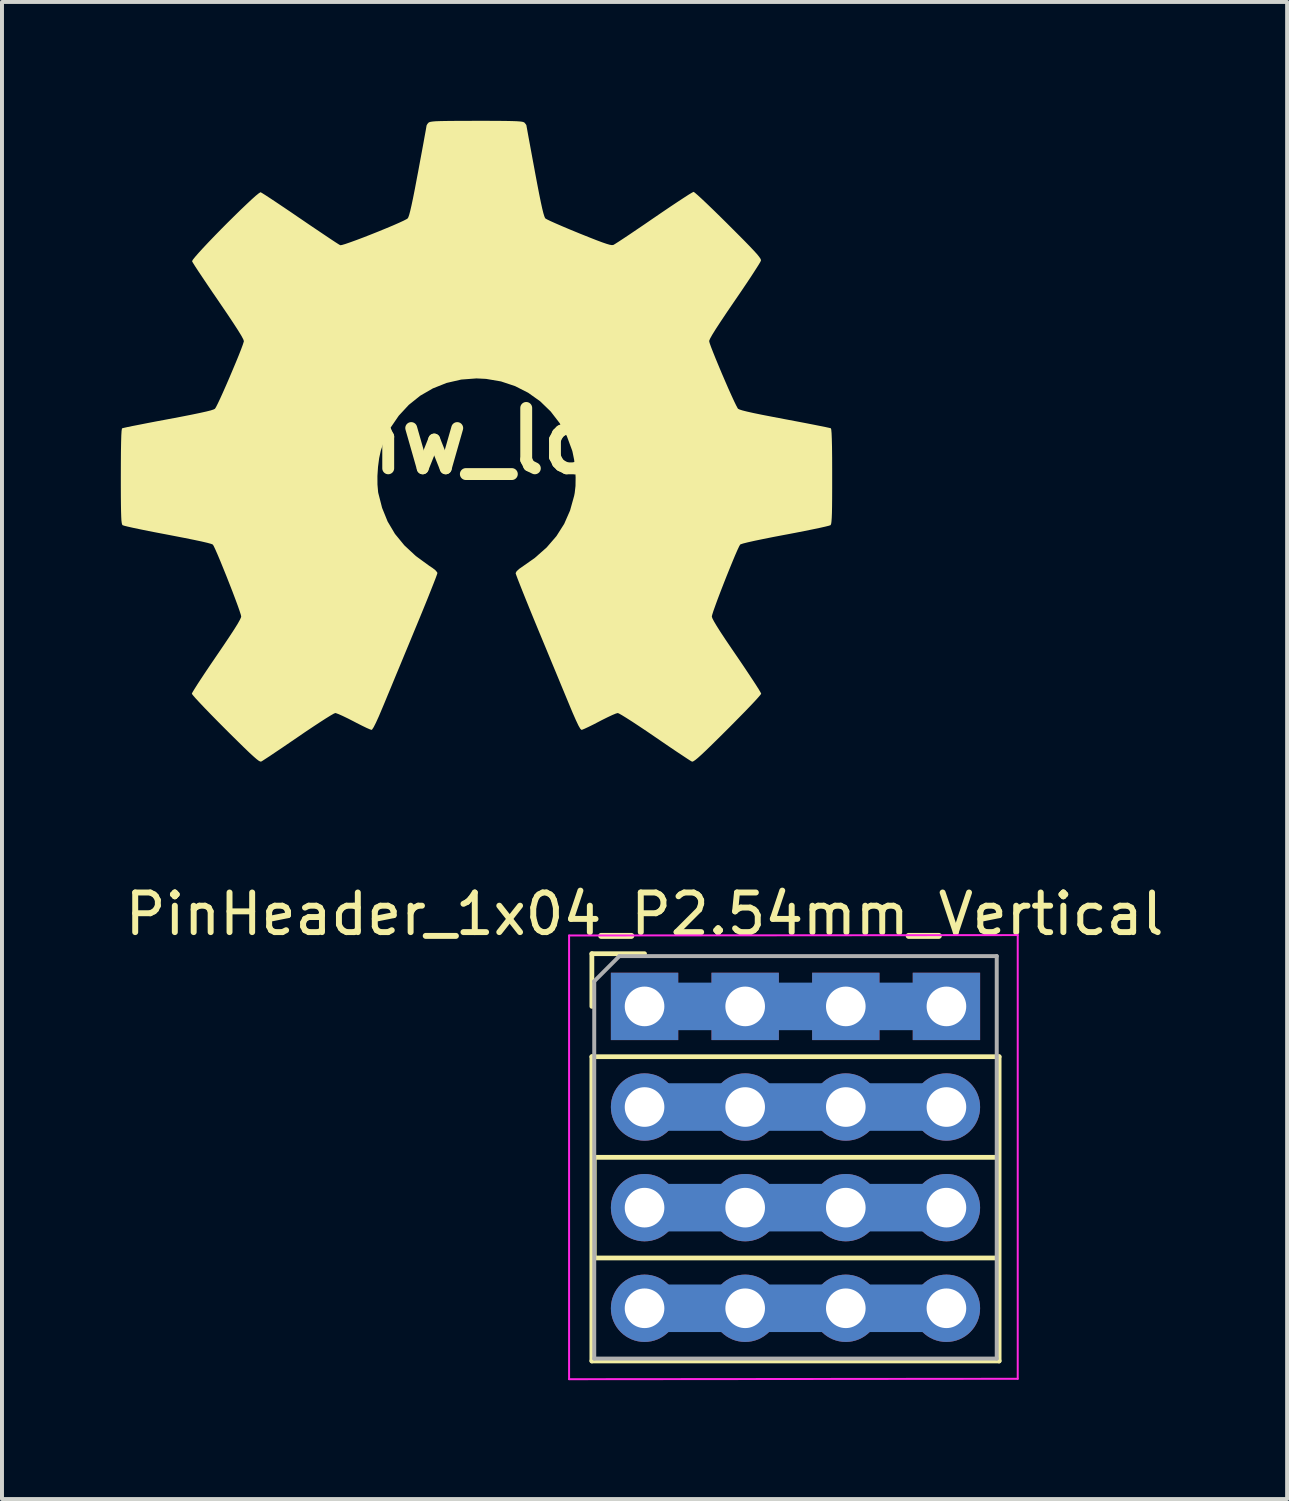
<source format=kicad_pcb>
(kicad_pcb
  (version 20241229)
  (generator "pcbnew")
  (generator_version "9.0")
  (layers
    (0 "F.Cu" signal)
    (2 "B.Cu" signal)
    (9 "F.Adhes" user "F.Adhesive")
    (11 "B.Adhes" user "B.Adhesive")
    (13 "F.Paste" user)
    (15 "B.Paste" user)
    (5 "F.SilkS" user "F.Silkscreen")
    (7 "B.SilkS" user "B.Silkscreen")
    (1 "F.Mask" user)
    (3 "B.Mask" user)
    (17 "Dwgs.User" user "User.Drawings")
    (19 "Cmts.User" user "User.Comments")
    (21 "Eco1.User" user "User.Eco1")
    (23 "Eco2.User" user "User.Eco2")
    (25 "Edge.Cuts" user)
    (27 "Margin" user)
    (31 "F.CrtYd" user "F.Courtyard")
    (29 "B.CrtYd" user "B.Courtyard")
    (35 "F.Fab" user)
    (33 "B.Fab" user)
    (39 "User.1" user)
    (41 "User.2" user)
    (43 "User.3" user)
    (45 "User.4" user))
  (footprint "oshw_logo"
    (layer "F.Cu")
    (at 8.963 8.082)
    (property "Reference" "oshw_logo" (at 0 0 0) (layer "F.SilkS") (effects (font (size 1.524 1.524) (thickness 0.3))))
    (attr board_only exclude_from_pos_files exclude_from_bom)
    (fp_poly (pts (xy 0.316 -8.082) (xy 0.562 -8.081) (xy 0.759 -8.079) (xy 0.912 -8.076) (xy 1.027 -8.072) (xy 1.111 -8.066) (xy 1.167 -8.059) (xy 1.203 -8.049) (xy 1.225 -8.037) (xy 1.228 -8.034) (xy 1.266 -7.987) (xy 1.276 -7.964) (xy 1.281 -7.93) (xy 1.297 -7.843) (xy 1.321 -7.71) (xy 1.353 -7.537) (xy 1.391 -7.331) (xy 1.434 -7.098) (xy 1.481 -6.846) (xy 1.488 -6.806) (xy 1.547 -6.492) (xy 1.597 -6.234) (xy 1.639 -6.028) (xy 1.674 -5.868) (xy 1.703 -5.751) (xy 1.727 -5.673) (xy 1.746 -5.628) (xy 1.754 -5.618) (xy 1.795 -5.594) (xy 1.885 -5.55) (xy 2.017 -5.491) (xy 2.181 -5.42) (xy 2.37 -5.34) (xy 2.577 -5.255) (xy 2.603 -5.244) (xy 2.845 -5.147) (xy 3.038 -5.071) (xy 3.187 -5.015) (xy 3.298 -4.977) (xy 3.377 -4.954) (xy 3.431 -4.945) (xy 3.465 -4.948) (xy 3.469 -4.949) (xy 3.509 -4.972) (xy 3.594 -5.026) (xy 3.716 -5.106) (xy 3.871 -5.209) (xy 4.051 -5.331) (xy 4.252 -5.467) (xy 4.467 -5.615) (xy 4.494 -5.633) (xy 4.709 -5.78) (xy 4.91 -5.916) (xy 5.09 -6.036) (xy 5.244 -6.137) (xy 5.366 -6.216) (xy 5.451 -6.267) (xy 5.493 -6.289) (xy 5.495 -6.289) (xy 5.526 -6.268) (xy 5.595 -6.209) (xy 5.697 -6.116) (xy 5.827 -5.993) (xy 5.98 -5.846) (xy 6.151 -5.679) (xy 6.335 -5.497) (xy 6.375 -5.457) (xy 6.591 -5.241) (xy 6.767 -5.064) (xy 6.907 -4.92) (xy 7.014 -4.807) (xy 7.093 -4.72) (xy 7.146 -4.655) (xy 7.179 -4.608) (xy 7.194 -4.575) (xy 7.195 -4.553) (xy 7.175 -4.512) (xy 7.124 -4.428) (xy 7.046 -4.306) (xy 6.946 -4.151) (xy 6.826 -3.971) (xy 6.691 -3.771) (xy 6.545 -3.557) (xy 6.533 -3.54) (xy 6.338 -3.254) (xy 6.179 -3.016) (xy 6.055 -2.826) (xy 5.965 -2.681) (xy 5.91 -2.582) (xy 5.888 -2.527) (xy 5.888 -2.522) (xy 5.9 -2.472) (xy 5.934 -2.376) (xy 5.986 -2.243) (xy 6.051 -2.081) (xy 6.126 -1.9) (xy 6.207 -1.707) (xy 6.29 -1.514) (xy 6.371 -1.327) (xy 6.448 -1.156) (xy 6.515 -1.01) (xy 6.569 -0.899) (xy 6.606 -0.83) (xy 6.617 -0.814) (xy 6.652 -0.796) (xy 6.727 -0.772) (xy 6.846 -0.742) (xy 7.011 -0.705) (xy 7.226 -0.661) (xy 7.495 -0.609) (xy 7.799 -0.551) (xy 8.054 -0.503) (xy 8.29 -0.458) (xy 8.501 -0.417) (xy 8.681 -0.381) (xy 8.821 -0.353) (xy 8.917 -0.332) (xy 8.96 -0.321) (xy 8.961 -0.32) (xy 8.97 -0.286) (xy 8.978 -0.197) (xy 8.984 -0.051) (xy 8.989 0.152) (xy 8.992 0.414) (xy 8.993 0.736) (xy 8.993 0.894) (xy 8.993 1.204) (xy 8.992 1.457) (xy 8.99 1.661) (xy 8.987 1.82) (xy 8.982 1.939) (xy 8.976 2.024) (xy 8.969 2.08) (xy 8.959 2.112) (xy 8.951 2.124) (xy 8.912 2.138) (xy 8.82 2.161) (xy 8.683 2.192) (xy 8.506 2.229) (xy 8.298 2.271) (xy 8.065 2.317) (xy 7.813 2.365) (xy 7.811 2.365) (xy 7.511 2.422) (xy 7.251 2.474) (xy 7.034 2.519) (xy 6.864 2.557) (xy 6.745 2.587) (xy 6.68 2.609) (xy 6.671 2.615) (xy 6.646 2.657) (xy 6.603 2.748) (xy 6.546 2.878) (xy 6.479 3.039) (xy 6.404 3.222) (xy 6.325 3.418) (xy 6.246 3.619) (xy 6.17 3.815) (xy 6.1 3.999) (xy 6.041 4.161) (xy 5.994 4.293) (xy 5.965 4.386) (xy 5.955 4.429) (xy 5.968 4.473) (xy 6.008 4.551) (xy 6.076 4.666) (xy 6.174 4.821) (xy 6.304 5.018) (xy 6.468 5.26) (xy 6.578 5.421) (xy 6.721 5.631) (xy 6.852 5.827) (xy 6.968 6.002) (xy 7.065 6.15) (xy 7.139 6.267) (xy 7.185 6.345) (xy 7.201 6.379) (xy 7.18 6.41) (xy 7.12 6.48) (xy 7.027 6.582) (xy 6.904 6.712) (xy 6.756 6.865) (xy 6.588 7.036) (xy 6.405 7.221) (xy 6.355 7.271) (xy 6.135 7.49) (xy 5.953 7.669) (xy 5.806 7.812) (xy 5.69 7.921) (xy 5.602 8) (xy 5.537 8.053) (xy 5.492 8.083) (xy 5.463 8.094) (xy 5.453 8.092) (xy 5.415 8.071) (xy 5.333 8.018) (xy 5.214 7.939) (xy 5.063 7.839) (xy 4.887 7.72) (xy 4.692 7.587) (xy 4.52 7.469) (xy 4.313 7.328) (xy 4.12 7.199) (xy 3.947 7.085) (xy 3.8 6.991) (xy 3.686 6.921) (xy 3.61 6.878) (xy 3.58 6.867) (xy 3.532 6.88) (xy 3.441 6.918) (xy 3.32 6.975) (xy 3.179 7.045) (xy 3.114 7.079) (xy 2.97 7.154) (xy 2.842 7.217) (xy 2.741 7.264) (xy 2.679 7.289) (xy 2.666 7.292) (xy 2.636 7.265) (xy 2.589 7.184) (xy 2.524 7.047) (xy 2.439 6.854) (xy 2.384 6.722) (xy 2.323 6.575) (xy 2.242 6.38) (xy 2.145 6.146) (xy 2.036 5.882) (xy 1.918 5.598) (xy 1.795 5.3) (xy 1.67 4.999) (xy 1.575 4.77) (xy 1.462 4.496) (xy 1.356 4.237) (xy 1.26 4) (xy 1.176 3.791) (xy 1.106 3.614) (xy 1.052 3.476) (xy 1.017 3.381) (xy 1.003 3.337) (xy 1.003 3.335) (xy 1.027 3.289) (xy 1.088 3.231) (xy 1.13 3.202) (xy 1.486 2.952) (xy 1.786 2.687) (xy 2.032 2.402) (xy 2.228 2.093) (xy 2.376 1.756) (xy 2.479 1.387) (xy 2.494 1.313) (xy 2.514 1.136) (xy 2.517 0.922) (xy 2.505 0.693) (xy 2.479 0.471) (xy 2.439 0.275) (xy 2.431 0.244) (xy 2.297 -0.119) (xy 2.114 -0.451) (xy 1.886 -0.747) (xy 1.62 -1.004) (xy 1.319 -1.218) (xy 0.988 -1.386) (xy 0.633 -1.504) (xy 0.257 -1.568) (xy 0.015 -1.58) (xy -0.37 -1.551) (xy -0.739 -1.466) (xy -1.086 -1.328) (xy -1.406 -1.143) (xy -1.694 -0.912) (xy -1.947 -0.639) (xy -2.158 -0.33) (xy -2.323 0.014) (xy -2.401 0.244) (xy -2.442 0.433) (xy -2.471 0.652) (xy -2.486 0.882) (xy -2.485 1.099) (xy -2.469 1.284) (xy -2.464 1.313) (xy -2.368 1.688) (xy -2.229 2.031) (xy -2.043 2.345) (xy -1.806 2.634) (xy -1.517 2.903) (xy -1.172 3.155) (xy -1.099 3.202) (xy -1.025 3.259) (xy -0.979 3.313) (xy -0.972 3.335) (xy -0.984 3.373) (xy -1.016 3.461) (xy -1.068 3.595) (xy -1.136 3.767) (xy -1.218 3.973) (xy -1.313 4.207) (xy -1.418 4.463) (xy -1.531 4.736) (xy -1.545 4.77) (xy -1.668 5.068) (xy -1.793 5.369) (xy -1.915 5.664) (xy -2.032 5.945) (xy -2.138 6.203) (xy -2.232 6.428) (xy -2.308 6.613) (xy -2.354 6.722) (xy -2.449 6.947) (xy -2.525 7.114) (xy -2.582 7.226) (xy -2.621 7.284) (xy -2.635 7.292) (xy -2.677 7.278) (xy -2.762 7.241) (xy -2.879 7.184) (xy -3.017 7.114) (xy -3.084 7.079) (xy -3.23 7.004) (xy -3.361 6.941) (xy -3.466 6.894) (xy -3.535 6.869) (xy -3.55 6.867) (xy -3.589 6.883) (xy -3.672 6.931) (xy -3.792 7.005) (xy -3.944 7.103) (xy -4.12 7.219) (xy -4.316 7.35) (xy -4.489 7.469) (xy -4.696 7.61) (xy -4.888 7.741) (xy -5.061 7.857) (xy -5.206 7.955) (xy -5.32 8.029) (xy -5.394 8.077) (xy -5.422 8.092) (xy -5.444 8.091) (xy -5.481 8.072) (xy -5.535 8.031) (xy -5.61 7.966) (xy -5.712 7.873) (xy -5.842 7.748) (xy -6.005 7.588) (xy -6.205 7.391) (xy -6.325 7.271) (xy -6.511 7.084) (xy -6.684 6.908) (xy -6.837 6.75) (xy -6.967 6.613) (xy -7.069 6.503) (xy -7.137 6.425) (xy -7.169 6.383) (xy -7.17 6.379) (xy -7.154 6.343) (xy -7.106 6.264) (xy -7.032 6.146) (xy -6.934 5.996) (xy -6.818 5.821) (xy -6.686 5.625) (xy -6.547 5.421) (xy -6.364 5.152) (xy -6.215 4.929) (xy -6.098 4.75) (xy -6.013 4.613) (xy -5.957 4.513) (xy -5.929 4.45) (xy -5.925 4.429) (xy -5.936 4.38) (xy -5.967 4.284) (xy -6.014 4.15) (xy -6.075 3.985) (xy -6.145 3.8) (xy -6.222 3.603) (xy -6.301 3.402) (xy -6.38 3.207) (xy -6.454 3.025) (xy -6.521 2.866) (xy -6.577 2.739) (xy -6.618 2.652) (xy -6.64 2.615) (xy -6.682 2.597) (xy -6.78 2.57) (xy -6.93 2.535) (xy -7.129 2.493) (xy -7.372 2.444) (xy -7.656 2.389) (xy -7.78 2.365) (xy -8.032 2.317) (xy -8.266 2.272) (xy -8.474 2.229) (xy -8.651 2.192) (xy -8.789 2.161) (xy -8.881 2.138) (xy -8.92 2.124) (xy -8.92 2.124) (xy -8.931 2.106) (xy -8.94 2.069) (xy -8.948 2.006) (xy -8.953 1.913) (xy -8.957 1.785) (xy -8.96 1.615) (xy -8.962 1.4) (xy -8.963 1.133) (xy -8.963 0.894) (xy -8.962 0.547) (xy -8.96 0.259) (xy -8.956 0.03) (xy -8.951 -0.14) (xy -8.944 -0.254) (xy -8.935 -0.312) (xy -8.931 -0.32) (xy -8.894 -0.33) (xy -8.805 -0.35) (xy -8.67 -0.378) (xy -8.495 -0.412) (xy -8.287 -0.453) (xy -8.053 -0.498) (xy -7.8 -0.545) (xy -7.769 -0.551) (xy -7.446 -0.612) (xy -7.181 -0.664) (xy -6.969 -0.708) (xy -6.807 -0.744) (xy -6.691 -0.773) (xy -6.619 -0.797) (xy -6.587 -0.814) (xy -6.56 -0.857) (xy -6.514 -0.948) (xy -6.453 -1.077) (xy -6.381 -1.236) (xy -6.302 -1.415) (xy -6.219 -1.607) (xy -6.137 -1.801) (xy -6.058 -1.989) (xy -5.987 -2.162) (xy -5.928 -2.312) (xy -5.885 -2.428) (xy -5.861 -2.503) (xy -5.857 -2.522) (xy -5.873 -2.569) (xy -5.922 -2.66) (xy -6.006 -2.797) (xy -6.124 -2.979) (xy -6.277 -3.209) (xy -6.466 -3.486) (xy -6.502 -3.54) (xy -6.649 -3.754) (xy -6.784 -3.954) (xy -6.905 -4.134) (xy -7.008 -4.288) (xy -7.088 -4.41) (xy -7.141 -4.495) (xy -7.164 -4.536) (xy -7.164 -4.538) (xy -7.147 -4.573) (xy -7.091 -4.644) (xy -7.003 -4.745) (xy -6.888 -4.871) (xy -6.751 -5.017) (xy -6.598 -5.176) (xy -6.435 -5.343) (xy -6.267 -5.512) (xy -6.1 -5.677) (xy -5.94 -5.834) (xy -5.792 -5.975) (xy -5.663 -6.096) (xy -5.557 -6.191) (xy -5.48 -6.253) (xy -5.438 -6.279) (xy -5.434 -6.279) (xy -5.398 -6.259) (xy -5.318 -6.209) (xy -5.2 -6.132) (xy -5.049 -6.032) (xy -4.872 -5.913) (xy -4.673 -5.779) (xy -4.46 -5.633) (xy -4.431 -5.614) (xy -4.216 -5.467) (xy -4.014 -5.331) (xy -3.833 -5.209) (xy -3.678 -5.105) (xy -3.554 -5.023) (xy -3.468 -4.968) (xy -3.425 -4.943) (xy -3.423 -4.942) (xy -3.381 -4.948) (xy -3.293 -4.974) (xy -3.166 -5.018) (xy -3.009 -5.075) (xy -2.832 -5.142) (xy -2.643 -5.216) (xy -2.45 -5.293) (xy -2.263 -5.37) (xy -2.091 -5.442) (xy -1.941 -5.508) (xy -1.824 -5.562) (xy -1.747 -5.602) (xy -1.723 -5.618) (xy -1.705 -5.649) (xy -1.684 -5.71) (xy -1.658 -5.808) (xy -1.626 -5.947) (xy -1.587 -6.13) (xy -1.541 -6.362) (xy -1.487 -6.648) (xy -1.457 -6.805) (xy -1.41 -7.06) (xy -1.366 -7.296) (xy -1.327 -7.506) (xy -1.295 -7.685) (xy -1.269 -7.825) (xy -1.253 -7.919) (xy -1.246 -7.962) (xy -1.246 -7.963) (xy -1.226 -8.001) (xy -1.198 -8.034) (xy -1.18 -8.046) (xy -1.148 -8.056) (xy -1.097 -8.064) (xy -1.021 -8.071) (xy -0.914 -8.075) (xy -0.771 -8.078) (xy -0.585 -8.08) (xy -0.352 -8.081) (xy -0.065 -8.082) (xy 0.015 -8.082)) (stroke (width 0) (type solid)) (fill yes) (layer "F.SilkS")))
  (footprint "PinHeader_1x04_P2.54mm_Vertical"
    (layer "F.Cu")
    (at 13.22 22.354)
    (property "Reference" "PinHeader_1x04_P2.54mm_Vertical" (at 0 -2.33 180) (layer "F.SilkS") (effects (font (size 1 1) (thickness 0.15))))
    (attr through_hole)
    (fp_line (start -1.33 -1.33) (end 0 -1.33) (stroke (width 0.12) (type solid)) (layer "F.SilkS"))
    (fp_line (start -1.33 0) (end -1.33 -1.33) (stroke (width 0.12) (type solid)) (layer "F.SilkS"))
    (fp_line (start -1.33 1.27) (end -1.33 8.95) (stroke (width 0.12) (type solid)) (layer "F.SilkS"))
    (fp_line (start -1.33 1.27) (end 8.95 1.27) (stroke (width 0.12) (type solid)) (layer "F.SilkS"))
    (fp_line (start -1.33 8.95) (end 8.95 8.95) (stroke (width 0.12) (type solid)) (layer "F.SilkS"))
    (fp_line (start -1.27 3.81) (end -1.27 6.35) (stroke (width 0.12) (type solid)) (layer "F.SilkS"))
    (fp_line (start -1.27 6.35) (end 8.89 6.35) (stroke (width 0.12) (type solid)) (layer "F.SilkS"))
    (fp_line (start 8.89 3.81) (end -1.27 3.81) (stroke (width 0.12) (type solid)) (layer "F.SilkS"))
    (fp_line (start 8.95 1.27) (end 8.95 8.95) (stroke (width 0.12) (type solid)) (layer "F.SilkS"))
    (fp_line (start -1.905 -1.79) (end -1.905 9.41) (stroke (width 0.05) (type solid)) (layer "F.CrtYd"))
    (fp_line (start -1.905 9.41) (end 9.42 9.4) (stroke (width 0.05) (type solid)) (layer "F.CrtYd"))
    (fp_line (start 9.42 -1.8) (end -1.905 -1.79) (stroke (width 0.05) (type solid)) (layer "F.CrtYd"))
    (fp_line (start 9.42 9.4) (end 9.42 -1.8) (stroke (width 0.05) (type solid)) (layer "F.CrtYd"))
    (fp_line (start -1.27 -0.635) (end -0.635 -1.27) (stroke (width 0.1) (type solid)) (layer "F.Fab"))
    (fp_line (start -1.27 8.89) (end -1.27 -0.635) (stroke (width 0.1) (type solid)) (layer "F.Fab"))
    (fp_line (start -0.635 -1.27) (end 8.89 -1.27) (stroke (width 0.1) (type solid)) (layer "F.Fab"))
    (fp_line (start 8.89 -1.27) (end 8.89 8.89) (stroke (width 0.1) (type solid)) (layer "F.Fab"))
    (fp_line (start 8.89 8.89) (end -1.27 8.89) (stroke (width 0.1) (type solid)) (layer "F.Fab"))
    (pad "1" thru_hole rect (at 0 0) (size 1.7 1.7) (drill 1) (layers "*.Cu" "*.Mask"))
    (pad "1" smd rect (at 1.27 0) (size 1.5 1.2) (layers "B.Cu" "B.Mask"))
    (pad "1" thru_hole rect (at 2.54 0) (size 1.7 1.7) (drill 1) (layers "*.Cu" "*.Mask"))
    (pad "1" smd rect (at 3.81 0) (size 1.5 1.2) (layers "B.Cu" "B.Mask"))
    (pad "1" thru_hole rect (at 5.08 0) (size 1.7 1.7) (drill 1) (layers "*.Cu" "*.Mask"))
    (pad "1" smd rect (at 6.35 0) (size 1.5 1.2) (layers "B.Cu" "B.Mask"))
    (pad "1" thru_hole rect (at 7.62 0) (size 1.7 1.7) (drill 1) (layers "*.Cu" "*.Mask"))
    (pad "2" thru_hole oval (at 0 2.54) (size 1.7 1.7) (drill 1) (layers "*.Cu" "*.Mask"))
    (pad "2" smd rect (at 1.27 2.54) (size 1.5 1.2) (layers "B.Cu" "B.Mask"))
    (pad "2" thru_hole oval (at 2.54 2.54) (size 1.7 1.7) (drill 1) (layers "*.Cu" "*.Mask"))
    (pad "2" smd rect (at 3.81 2.54) (size 1.5 1.2) (layers "B.Cu" "B.Mask"))
    (pad "2" thru_hole oval (at 5.08 2.54) (size 1.7 1.7) (drill 1) (layers "*.Cu" "*.Mask"))
    (pad "2" smd rect (at 6.35 2.54) (size 1.5 1.2) (layers "B.Cu" "B.Mask"))
    (pad "2" thru_hole oval (at 7.62 2.54) (size 1.7 1.7) (drill 1) (layers "*.Cu" "*.Mask"))
    (pad "3" thru_hole oval (at 0 5.08) (size 1.7 1.7) (drill 1) (layers "*.Cu" "*.Mask"))
    (pad "3" smd rect (at 1.27 5.08) (size 1.5 1.2) (layers "B.Cu" "B.Mask"))
    (pad "3" thru_hole oval (at 2.54 5.08) (size 1.7 1.7) (drill 1) (layers "*.Cu" "*.Mask"))
    (pad "3" smd rect (at 3.81 5.08) (size 1.5 1.2) (layers "B.Cu" "B.Mask"))
    (pad "3" thru_hole oval (at 5.08 5.08) (size 1.7 1.7) (drill 1) (layers "*.Cu" "*.Mask"))
    (pad "3" smd rect (at 6.35 5.08) (size 1.5 1.2) (layers "B.Cu" "B.Mask"))
    (pad "3" thru_hole oval (at 7.62 5.08) (size 1.7 1.7) (drill 1) (layers "*.Cu" "*.Mask"))
    (pad "4" thru_hole oval (at 0 7.62) (size 1.7 1.7) (drill 1) (layers "*.Cu" "*.Mask"))
    (pad "4" smd rect (at 1.27 7.62) (size 1.5 1.2) (layers "B.Cu" "B.Mask"))
    (pad "4" thru_hole oval (at 2.54 7.62) (size 1.7 1.7) (drill 1) (layers "*.Cu" "*.Mask"))
    (pad "4" smd rect (at 3.81 7.62) (size 1.5 1.2) (layers "B.Cu" "B.Mask"))
    (pad "4" thru_hole oval (at 5.08 7.62) (size 1.7 1.7) (drill 1) (layers "*.Cu" "*.Mask"))
    (pad "4" smd rect (at 6.35 7.62) (size 1.5 1.2) (layers "B.Cu" "B.Mask"))
    (pad "4" thru_hole oval (at 7.62 7.62) (size 1.7 1.7) (drill 1) (layers "*.Cu" "*.Mask")))
  (gr_rect
    (start -3 -3)
    (end 29.44 34.789)
    (stroke (width 0.1) (type default))
    (fill no)
    (layer "Edge.Cuts")))
</source>
